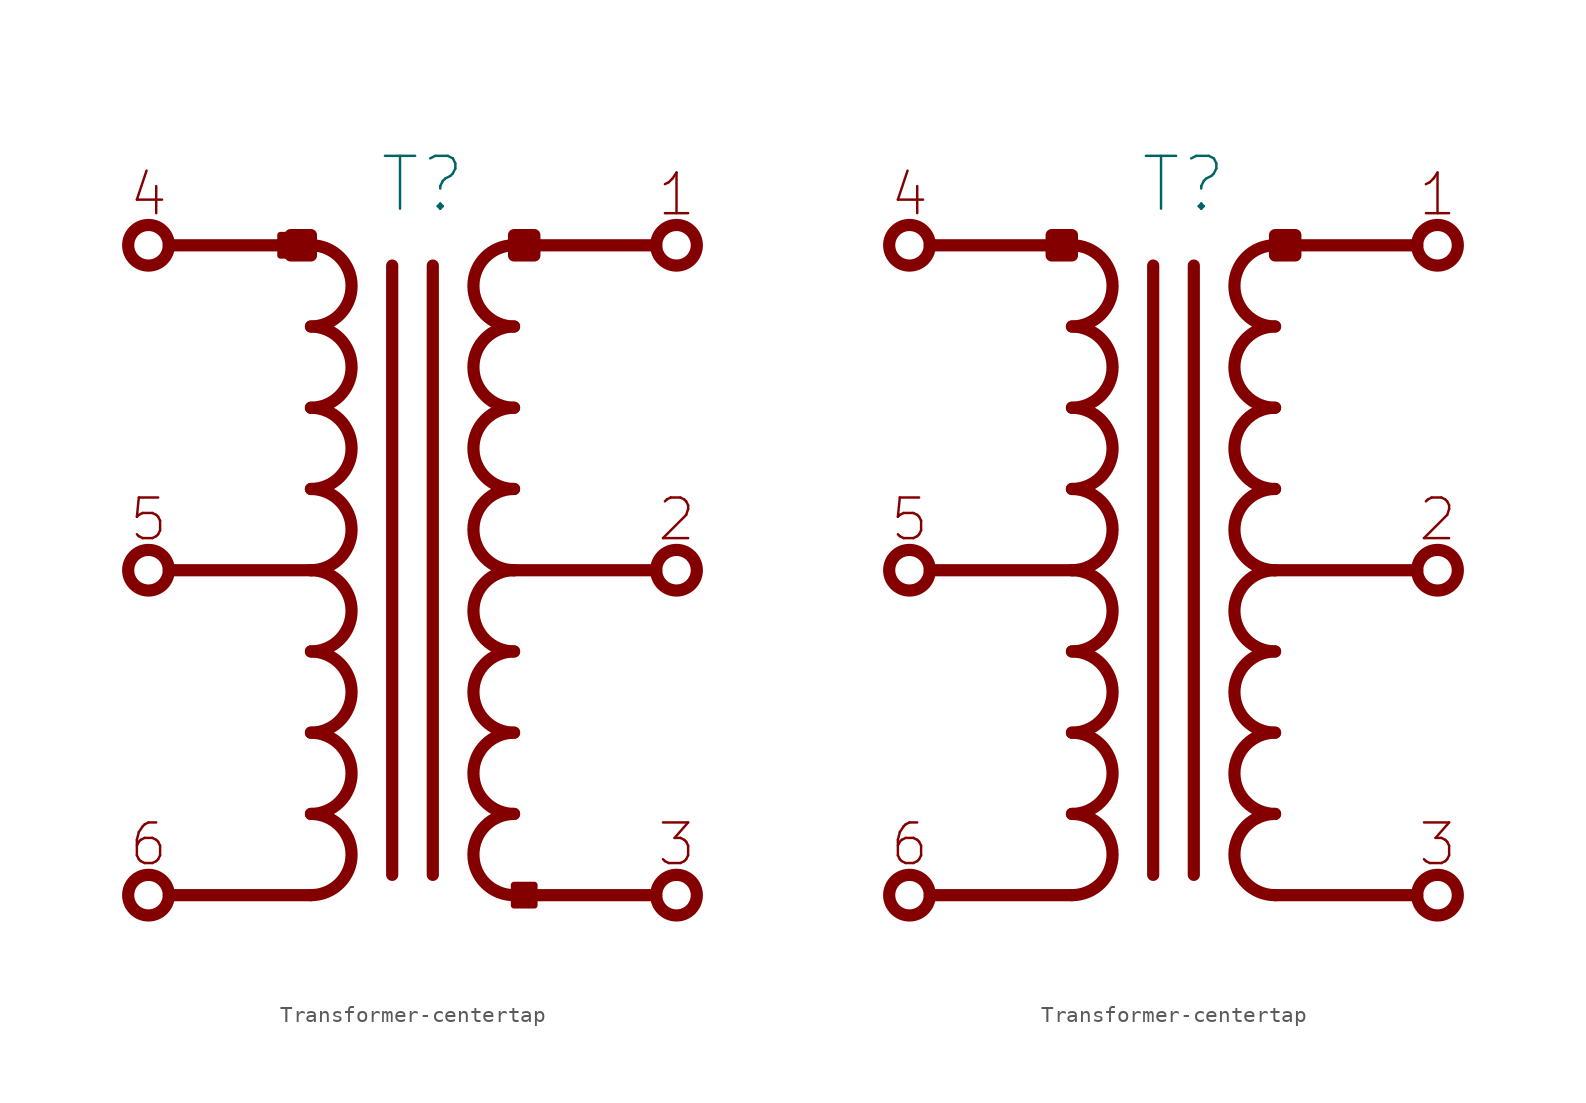
<source format=kicad_sym>
(kicad_symbol_lib
  (version 20211014)
  (generator kicad_symbol_editor)
  (symbol "Transformer-centertap"
    (pin_numbers hide)
    (pin_names
      (offset 0) hide)
    (property "Reference" "T"
      (at 0.635 24.13 0)
      (effects (font (size 3.302 3.302))))
    (symbol "Transformer-centertap_0_0"
      (circle (center -16.51 -20.32) (radius 1.27) (stroke (width 0.762) (type default) (color 0 0 0 0)) (fill (type none)))
      (circle (center -16.51 0) (radius 1.27) (stroke (width 0.762) (type default) (color 0 0 0 0)) (fill (type none)))
      (circle (center -16.51 20.32) (radius 1.27) (stroke (width 0.762) (type default) (color 0 0 0 0)) (fill (type none)))
      (arc (start -6.35 -20.32) (mid -3.81 -17.78) (end -6.35 -15.24) (stroke (width 0.762) (type default) (color 0 0 0 0)) (fill (type none)))
      (arc (start -6.35 -15.24) (mid -3.81 -12.7) (end -6.35 -10.16) (stroke (width 0.762) (type default) (color 0 0 0 0)) (fill (type none)))
      (arc (start -6.35 -10.16) (mid -3.81 -7.62) (end -6.35 -5.08) (stroke (width 0.762) (type default) (color 0 0 0 0)) (fill (type none)))
      (arc (start -6.35 -5.08) (mid -3.81 -2.54) (end -6.35 0) (stroke (width 0.762) (type default) (color 0 0 0 0)) (fill (type none)))
      (arc (start -6.35 0) (mid -3.81 2.54) (end -6.35 5.08) (stroke (width 0.762) (type default) (color 0 0 0 0)) (fill (type none)))
      (arc (start -6.35 5.08) (mid -3.81 7.62) (end -6.35 10.16) (stroke (width 0.762) (type default) (color 0 0 0 0)) (fill (type none)))
      (arc (start -6.35 10.16) (mid -3.81 12.7) (end -6.35 15.24) (stroke (width 0.762) (type default) (color 0 0 0 0)) (fill (type none)))
      (arc (start -6.35 15.24) (mid -3.81 17.78) (end -6.35 20.32) (stroke (width 0.762) (type default) (color 0 0 0 0)) (fill (type none)))
      (polyline (pts (xy -6.35 -20.32) (xy -15.24 -20.32)) (stroke (width 0.762) (type default) (color 0 0 0 0)) (fill (type none)))
      (polyline (pts (xy -6.35 0) (xy -15.24 0)) (stroke (width 0.762) (type default) (color 0 0 0 0)) (fill (type none)))
      (polyline (pts (xy -6.35 20.32) (xy -15.24 20.32)) (stroke (width 0.762) (type default) (color 0 0 0 0)) (fill (type none)))
      (polyline (pts (xy -1.27 19.05) (xy -1.27 -19.05)) (stroke (width 0.762) (type default) (color 0 0 0 0)) (fill (type none)))
      (polyline (pts (xy 6.35 -20.32) (xy 15.24 -20.32)) (stroke (width 0.762) (type default) (color 0 0 0 0)) (fill (type none)))
      (polyline (pts (xy 15.24 0) (xy 6.35 0)) (stroke (width 0.762) (type default) (color 0 0 0 0)) (fill (type none)))
      (polyline (pts (xy 15.24 20.32) (xy 6.35 20.32)) (stroke (width 0.762) (type default) (color 0 0 0 0)) (fill (type none)))
      (polyline (pts (xy -6.35 20.955) (xy -6.35 19.685) (xy -7.62 19.685) (xy -7.62 20.955) (xy -6.35 20.955)) (stroke (width 0.762) (type default) (color 0 0 0 0)) (fill (type none)))
      (polyline (pts (xy 6.35 19.685) (xy 6.35 20.955) (xy 7.62 20.955) (xy 7.62 19.685) (xy 6.35 19.685)) (stroke (width 0.762) (type default) (color 0 0 0 0)) (fill (type none)))
      (circle (center 16.51 -20.32) (radius 1.27) (stroke (width 0.762) (type default) (color 0 0 0 0)) (fill (type none)))
      (circle (center 16.51 0) (radius 1.27) (stroke (width 0.762) (type default) (color 0 0 0 0)) (fill (type none)))
      (circle (center 16.51 20.32) (radius 1.27) (stroke (width 0.762) (type default) (color 0 0 0 0)) (fill (type none)))
      (text "1" (at 16.51 23.495 0) (effects (font (size 2.54 2.54))))
      (text "2" (at 16.51 3.175 0) (effects (font (size 2.54 2.54))))
      (text "3" (at 16.51 -17.145 0) (effects (font (size 2.54 2.54))))
      (text "4" (at -16.51 23.495 0) (effects (font (size 2.54 2.54))))
      (text "5" (at -16.51 3.175 0) (effects (font (size 2.54 2.54))))
      (text "6" (at -16.51 -17.145 0) (effects (font (size 2.54 2.54)))))
    (symbol "Transformer-centertap_0_1"
      (rectangle (start -6.985 20.955) (end -8.255 19.685) (stroke (width 0.406) (type default) (color 0 0 0 0)) (fill (type outline))))
    (symbol "Transformer-centertap_1_0"
      (polyline (pts (xy 1.27 -19.05) (xy 1.27 19.05)) (stroke (width 0.762) (type default) (color 0 0 0 0)) (fill (type none)))
      (arc (start 6.35 -15.24) (mid 3.81 -17.78) (end 6.35 -20.32) (stroke (width 0.762) (type default) (color 0 0 0 0)) (fill (type none)))
      (arc (start 6.35 -10.16) (mid 3.81 -12.7) (end 6.35 -15.24) (stroke (width 0.762) (type default) (color 0 0 0 0)) (fill (type none)))
      (arc (start 6.35 -5.08) (mid 3.81 -7.62) (end 6.35 -10.16) (stroke (width 0.762) (type default) (color 0 0 0 0)) (fill (type none)))
      (arc (start 6.35 0) (mid 3.81 -2.54) (end 6.35 -5.08) (stroke (width 0.762) (type default) (color 0 0 0 0)) (fill (type none)))
      (arc (start 6.35 5.08) (mid 3.81 2.54) (end 6.35 0) (stroke (width 0.762) (type default) (color 0 0 0 0)) (fill (type none)))
      (arc (start 6.35 10.16) (mid 3.81 7.62) (end 6.35 5.08) (stroke (width 0.762) (type default) (color 0 0 0 0)) (fill (type none)))
      (arc (start 6.35 15.24) (mid 3.81 12.7) (end 6.35 10.16) (stroke (width 0.762) (type default) (color 0 0 0 0)) (fill (type none)))
      (arc (start 6.35 20.32) (mid 3.81 17.78) (end 6.35 15.24) (stroke (width 0.762) (type default) (color 0 0 0 0)) (fill (type none))))
    (symbol "Transformer-centertap_1_1"
      (rectangle (start 6.35 -20.955) (end 7.62 -19.685) (stroke (width 0.406) (type default) (color 0 0 0 0)) (fill (type outline)))
      (pin passive line (at 17.78 -20.32 180) (length 0) (name "1" (effects (font (size 3.556 3.556)))) (number "1" (effects (font (size 3.556 3.556)))))
      (pin passive line (at 17.78 0 180) (length 0) (name "2" (effects (font (size 1.27 1.27)))) (number "2" (effects (font (size 1.27 1.27)))))
      (pin passive line (at 17.78 20.32 180) (length 0) (name "3" (effects (font (size 1.27 1.27)))) (number "3" (effects (font (size 1.27 1.27)))))
      (pin passive line (at -17.78 20.32 0) (length 0) (name "4" (effects (font (size 3.556 3.556)))) (number "4" (effects (font (size 3.556 3.556)))))
      (pin passive line (at -17.78 0 0) (length 0) (name "5" (effects (font (size 1.27 1.27)))) (number "5" (effects (font (size 1.27 1.27)))))
      (pin passive line (at -17.78 -20.32 0) (length 0) (name "6" (effects (font (size 1.27 1.27)))) (number "6" (effects (font (size 1.27 1.27))))))
    (symbol "Transformer-centertap_1_2"
      (pin passive line (at 17.78 20.32 180) (length 0) (name "1" (effects (font (size 3.556 3.556)))) (number "1" (effects (font (size 3.556 3.556)))))
      (pin passive line (at 17.78 0 180) (length 0) (name "2" (effects (font (size 1.27 1.27)))) (number "2" (effects (font (size 1.27 1.27)))))
      (pin passive line (at 17.78 -20.32 180) (length 0) (name "3" (effects (font (size 1.27 1.27)))) (number "3" (effects (font (size 1.27 1.27)))))
      (pin passive line (at -17.78 20.32 0) (length 0) (name "4" (effects (font (size 3.556 3.556)))) (number "4" (effects (font (size 3.556 3.556)))))
      (pin passive line (at -17.78 0 0) (length 0) (name "5" (effects (font (size 1.27 1.27)))) (number "5" (effects (font (size 1.27 1.27)))))
      (pin passive line (at -17.78 -20.32 0) (length 0) (name "6" (effects (font (size 1.27 1.27)))) (number "6" (effects (font (size 1.27 1.27))))))))
</source>
